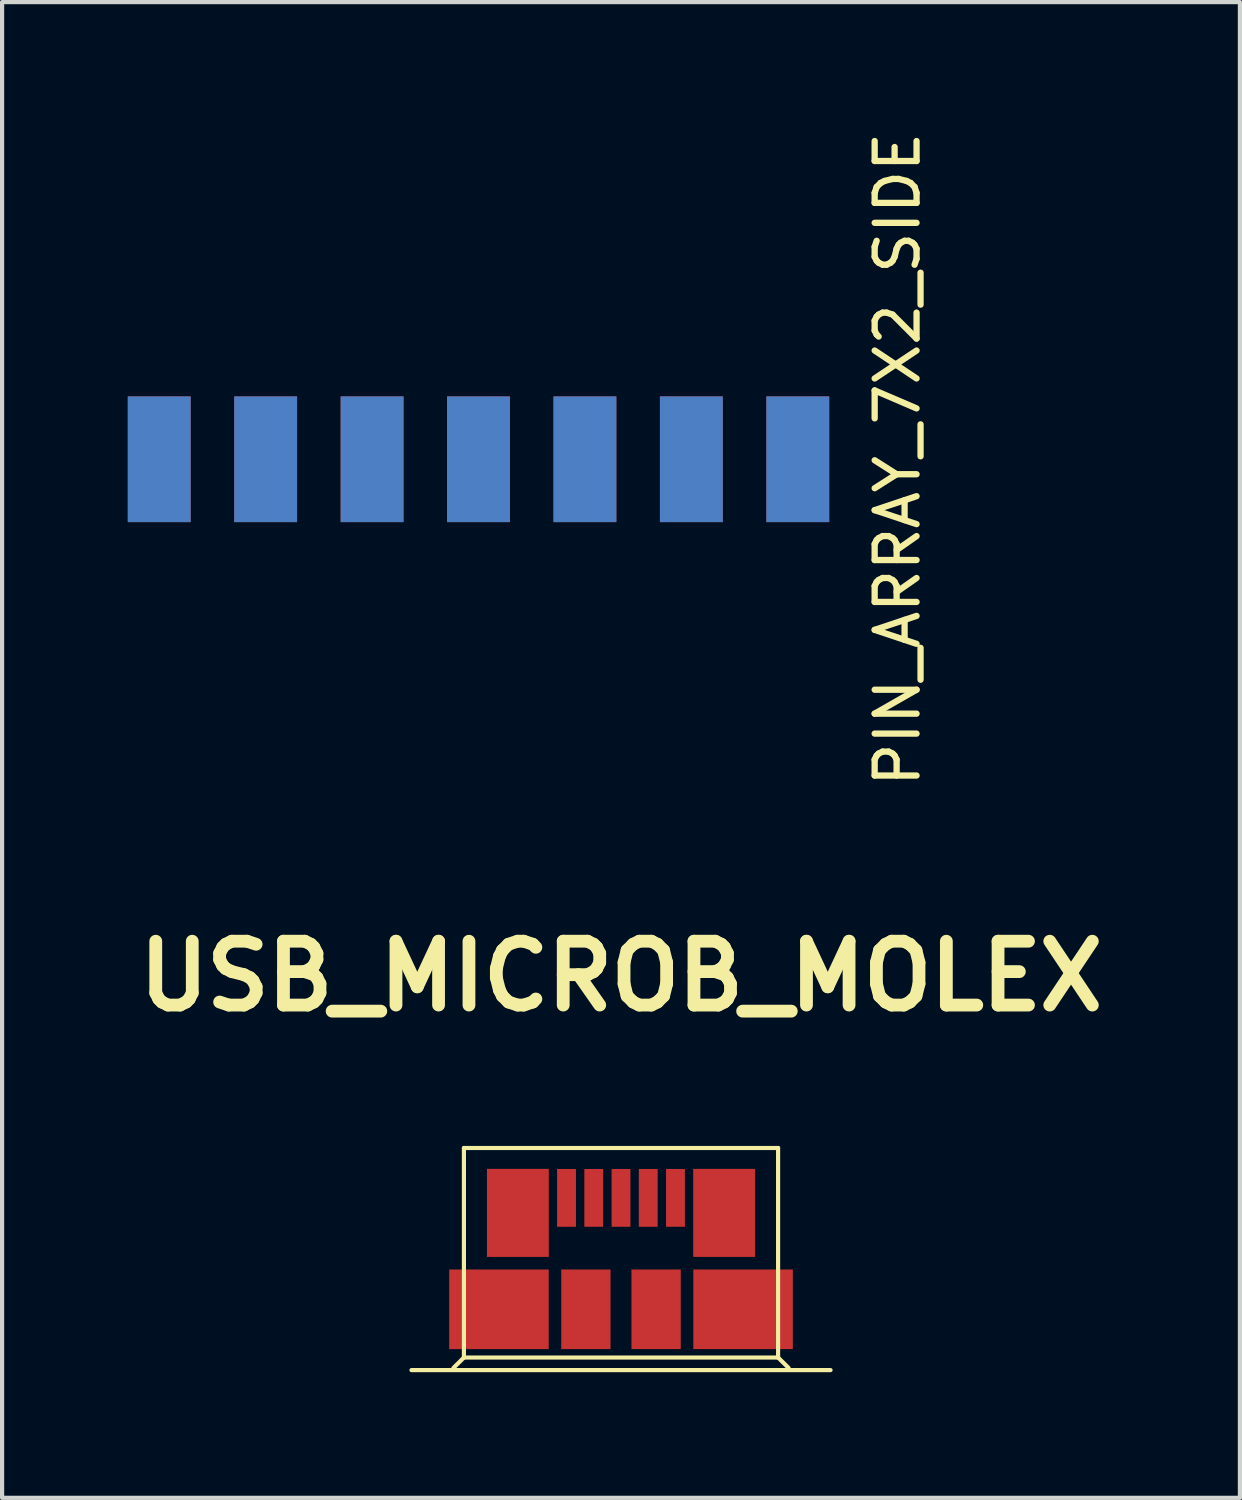
<source format=kicad_pcb>
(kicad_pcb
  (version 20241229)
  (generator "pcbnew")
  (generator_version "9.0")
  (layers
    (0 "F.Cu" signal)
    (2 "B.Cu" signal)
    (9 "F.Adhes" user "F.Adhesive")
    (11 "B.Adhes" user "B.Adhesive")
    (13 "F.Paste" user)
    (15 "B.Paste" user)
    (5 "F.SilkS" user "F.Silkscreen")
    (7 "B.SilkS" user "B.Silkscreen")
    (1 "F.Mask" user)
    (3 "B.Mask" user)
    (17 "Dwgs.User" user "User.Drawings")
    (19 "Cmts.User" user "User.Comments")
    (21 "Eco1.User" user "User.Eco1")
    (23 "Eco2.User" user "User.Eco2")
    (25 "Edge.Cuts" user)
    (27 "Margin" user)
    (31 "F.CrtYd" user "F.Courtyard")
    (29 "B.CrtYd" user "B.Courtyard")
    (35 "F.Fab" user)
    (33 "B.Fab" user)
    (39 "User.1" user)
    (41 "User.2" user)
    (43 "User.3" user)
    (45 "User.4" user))
  (footprint "PIN_ARRAY_7X2_SIDE"
    (layer "F.Cu")
    (at 8.37 7.911)
    (property "Reference" "PIN_ARRAY_7X2_SIDE" (at 10 0 270) (layer "F.SilkS") (effects (font (size 1 1) (thickness 0.15))))
    (attr through_hole)
    (pad "1" smd rect (at -7.62 0) (size 1.5 3) (layers "F.Cu" "F.Mask" "F.Paste"))
    (pad "2" smd rect (at -7.62 0) (size 1.5 3) (layers "B.Cu" "B.Mask" "B.Paste"))
    (pad "3" smd rect (at -5.08 0) (size 1.5 3) (layers "F.Cu" "F.Mask" "F.Paste"))
    (pad "4" smd rect (at -5.08 0) (size 1.5 3) (layers "B.Cu" "B.Mask" "B.Paste"))
    (pad "5" smd rect (at -2.54 0) (size 1.5 3) (layers "F.Cu" "F.Mask" "F.Paste"))
    (pad "6" smd rect (at -2.54 0) (size 1.5 3) (layers "B.Cu" "B.Mask" "B.Paste"))
    (pad "7" smd rect (at 0 0) (size 1.5 3) (layers "F.Cu" "F.Mask" "F.Paste"))
    (pad "8" smd rect (at 0 0) (size 1.5 3) (layers "B.Cu" "B.Mask" "B.Paste"))
    (pad "9" smd rect (at 2.54 0) (size 1.5 3) (layers "F.Cu" "F.Mask" "F.Paste"))
    (pad "10" smd rect (at 2.54 0) (size 1.5 3) (layers "B.Cu" "B.Mask" "B.Paste"))
    (pad "11" smd rect (at 5.08 0) (size 1.5 3) (layers "F.Cu" "F.Mask" "F.Paste"))
    (pad "12" smd rect (at 5.08 0) (size 1.5 3) (layers "B.Cu" "B.Mask" "B.Paste"))
    (pad "13" smd rect (at 7.62 0) (size 1.5 3) (layers "F.Cu" "F.Mask" "F.Paste"))
    (pad "14" smd rect (at 7.62 0) (size 1.5 3) (layers "B.Cu" "B.Mask" "B.Paste")))
  (footprint "USB_MICROB_MOLEX"
    (layer "F.Cu")
    (at 11.771 24.848)
    (property "Reference" "USB_MICROB_MOLEX" (at 0 -4.6 0) (layer "F.SilkS") (effects (font (size 1.524 1.524) (thickness 0.305))))
    (attr through_hole)
    (fp_line (start -5.001 4.801) (end 5.001 4.801) (stroke (width 0.099) (type solid)) (layer "F.SilkS"))
    (fp_line (start -3.749 -0.5) (end 3.749 -0.5) (stroke (width 0.099) (type solid)) (layer "F.SilkS"))
    (fp_line (start -3.749 4.501) (end -4 4.75) (stroke (width 0.099) (type solid)) (layer "F.SilkS"))
    (fp_line (start -3.749 4.501) (end -3.749 -0.5) (stroke (width 0.099) (type solid)) (layer "F.SilkS"))
    (fp_line (start -3.749 4.501) (end 3.749 4.501) (stroke (width 0.099) (type solid)) (layer "F.SilkS"))
    (fp_line (start 3.749 -0.5) (end 3.749 4.501) (stroke (width 0.099) (type solid)) (layer "F.SilkS"))
    (fp_line (start 3.749 4.501) (end 4 4.75) (stroke (width 0.099) (type solid)) (layer "F.SilkS"))
    (pad "1" smd rect (at -1.3 0.691) (size 0.45 1.379) (layers "F.Cu" "F.Mask" "F.Paste"))
    (pad "2" smd rect (at -0.65 0.691) (size 0.45 1.379) (layers "F.Cu" "F.Mask" "F.Paste"))
    (pad "3" smd rect (at 0 0.691) (size 0.45 1.379) (layers "F.Cu" "F.Mask" "F.Paste"))
    (pad "4" smd rect (at 0.65 0.691) (size 0.45 1.379) (layers "F.Cu" "F.Mask" "F.Paste"))
    (pad "5" smd rect (at 1.3 0.691) (size 0.45 1.379) (layers "F.Cu" "F.Mask" "F.Paste"))
    (pad "6" smd rect (at -2.913 3.35) (size 2.375 1.9) (layers "F.Cu" "F.Mask" "F.Paste"))
    (pad "6" smd rect (at -2.461 1.049) (size 1.476 2.101) (layers "F.Cu" "F.Mask" "F.Paste"))
    (pad "6" smd rect (at -0.838 3.35) (size 1.176 1.9) (layers "F.Cu" "F.Mask" "F.Paste"))
    (pad "6" smd rect (at 0.838 3.35) (size 1.176 1.9) (layers "F.Cu" "F.Mask" "F.Paste"))
    (pad "6" smd rect (at 2.461 1.049) (size 1.476 2.101) (layers "F.Cu" "F.Mask" "F.Paste"))
    (pad "6" smd rect (at 2.913 3.35) (size 2.375 1.9) (layers "F.Cu" "F.Mask" "F.Paste")))
  (gr_rect
    (start -3 -3)
    (end 26.542 32.698)
    (stroke (width 0.1) (type default))
    (fill no)
    (layer "Edge.Cuts")))
</source>
